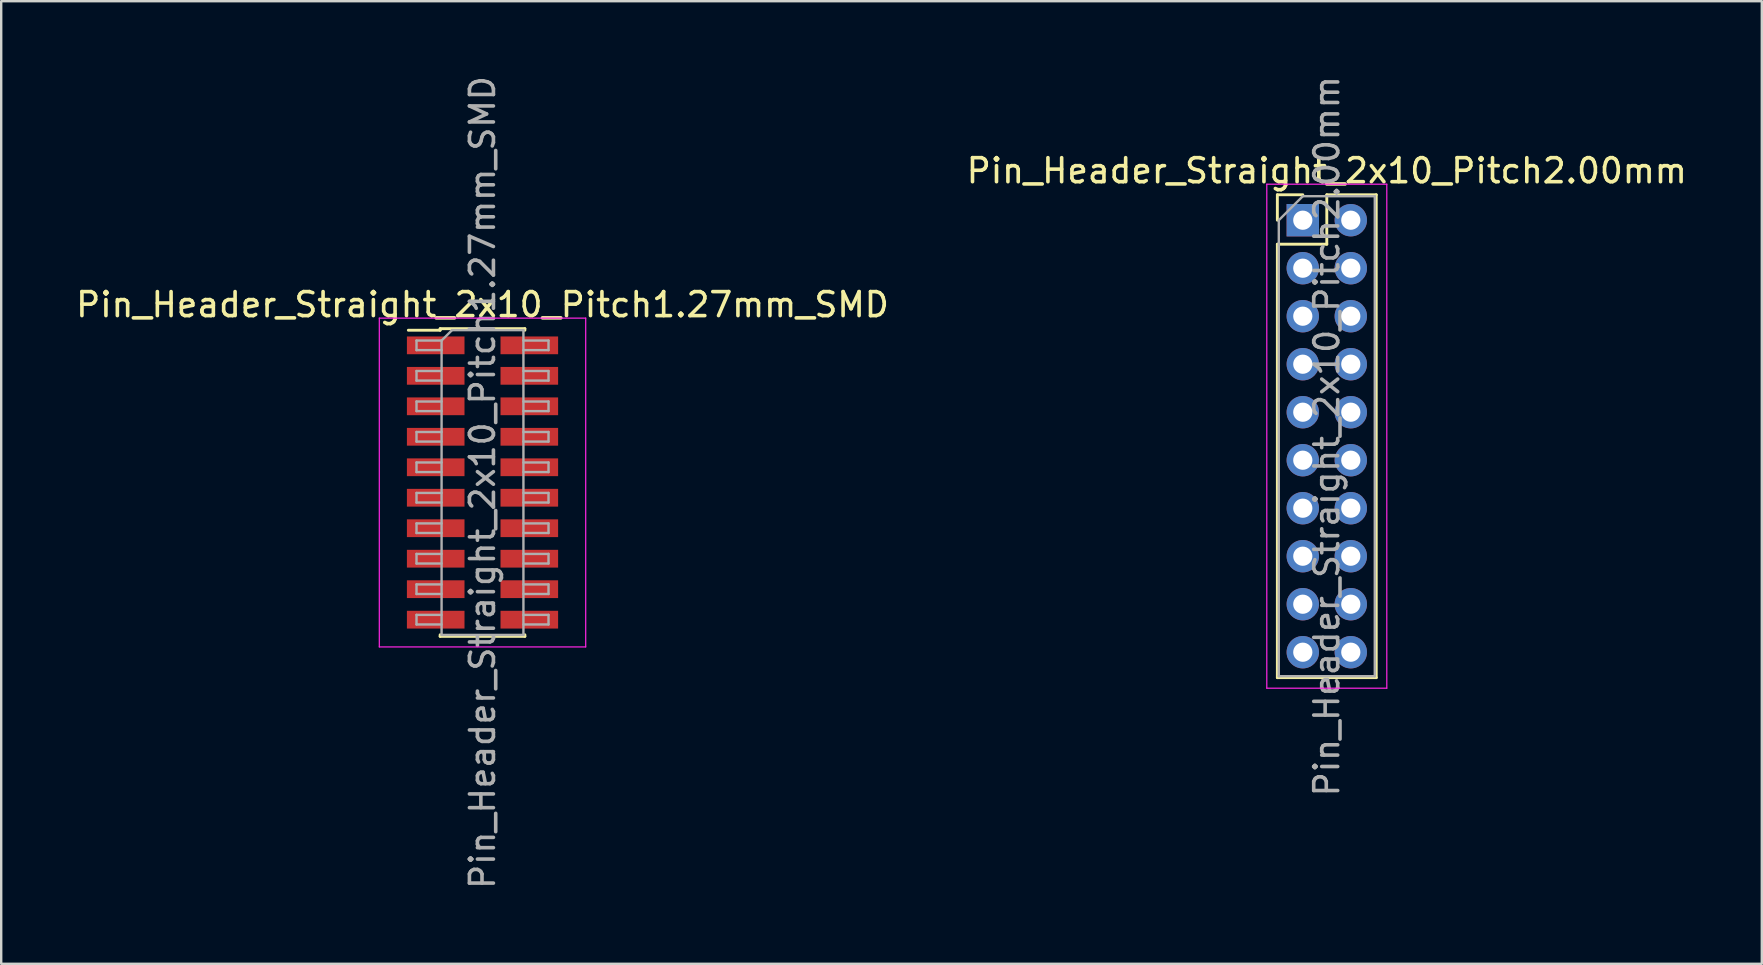
<source format=kicad_pcb>
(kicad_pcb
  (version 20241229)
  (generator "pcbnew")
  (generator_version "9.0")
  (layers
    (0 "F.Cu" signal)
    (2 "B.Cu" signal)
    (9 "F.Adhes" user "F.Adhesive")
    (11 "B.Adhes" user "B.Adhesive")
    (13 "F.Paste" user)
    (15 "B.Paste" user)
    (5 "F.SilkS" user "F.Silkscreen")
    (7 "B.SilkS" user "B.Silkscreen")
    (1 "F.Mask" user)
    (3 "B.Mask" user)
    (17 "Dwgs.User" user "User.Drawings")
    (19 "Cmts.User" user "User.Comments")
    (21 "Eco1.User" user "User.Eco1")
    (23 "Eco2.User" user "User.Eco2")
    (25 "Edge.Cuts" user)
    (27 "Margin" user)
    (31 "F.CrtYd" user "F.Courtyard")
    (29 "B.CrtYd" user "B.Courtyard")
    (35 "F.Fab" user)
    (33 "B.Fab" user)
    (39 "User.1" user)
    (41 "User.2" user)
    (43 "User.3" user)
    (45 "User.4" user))
  (footprint "Pin_Header_Straight_2x10_Pitch2.00mm"
    (layer "F.Cu")
    (at 51.232 6.125)
    (property "Reference" "Pin_Header_Straight_2x10_Pitch2.00mm" (at 1 -2.06 0) (layer "F.SilkS") (effects (font (size 1 1) (thickness 0.15))))
    (attr through_hole)
    (fp_line (start -1.06 -1.06) (end 0 -1.06) (stroke (width 0.12) (type solid)) (layer "F.SilkS"))
    (fp_line (start -1.06 0) (end -1.06 -1.06) (stroke (width 0.12) (type solid)) (layer "F.SilkS"))
    (fp_line (start -1.06 1) (end -1.06 19.06) (stroke (width 0.12) (type solid)) (layer "F.SilkS"))
    (fp_line (start -1.06 1) (end 1 1) (stroke (width 0.12) (type solid)) (layer "F.SilkS"))
    (fp_line (start -1.06 19.06) (end 3.06 19.06) (stroke (width 0.12) (type solid)) (layer "F.SilkS"))
    (fp_line (start 1 -1.06) (end 3.06 -1.06) (stroke (width 0.12) (type solid)) (layer "F.SilkS"))
    (fp_line (start 1 1) (end 1 -1.06) (stroke (width 0.12) (type solid)) (layer "F.SilkS"))
    (fp_line (start 3.06 -1.06) (end 3.06 19.06) (stroke (width 0.12) (type solid)) (layer "F.SilkS"))
    (fp_line (start -1.5 -1.5) (end -1.5 19.5) (stroke (width 0.05) (type solid)) (layer "F.CrtYd"))
    (fp_line (start -1.5 19.5) (end 3.5 19.5) (stroke (width 0.05) (type solid)) (layer "F.CrtYd"))
    (fp_line (start 3.5 -1.5) (end -1.5 -1.5) (stroke (width 0.05) (type solid)) (layer "F.CrtYd"))
    (fp_line (start 3.5 19.5) (end 3.5 -1.5) (stroke (width 0.05) (type solid)) (layer "F.CrtYd"))
    (fp_line (start -1 0) (end 0 -1) (stroke (width 0.1) (type solid)) (layer "F.Fab"))
    (fp_line (start -1 19) (end -1 0) (stroke (width 0.1) (type solid)) (layer "F.Fab"))
    (fp_line (start 0 -1) (end 3 -1) (stroke (width 0.1) (type solid)) (layer "F.Fab"))
    (fp_line (start 3 -1) (end 3 19) (stroke (width 0.1) (type solid)) (layer "F.Fab"))
    (fp_line (start 3 19) (end -1 19) (stroke (width 0.1) (type solid)) (layer "F.Fab"))
    (fp_text user "${REFERENCE}" (at 1 9 90) (layer "F.Fab") (effects (font (size 1 1) (thickness 0.15))))
    (pad "1" thru_hole rect (at 0 0) (size 1.35 1.35) (drill 0.8) (layers "*.Cu" "*.Mask"))
    (pad "2" thru_hole oval (at 2 0) (size 1.35 1.35) (drill 0.8) (layers "*.Cu" "*.Mask"))
    (pad "3" thru_hole oval (at 0 2) (size 1.35 1.35) (drill 0.8) (layers "*.Cu" "*.Mask"))
    (pad "4" thru_hole oval (at 2 2) (size 1.35 1.35) (drill 0.8) (layers "*.Cu" "*.Mask"))
    (pad "5" thru_hole oval (at 0 4) (size 1.35 1.35) (drill 0.8) (layers "*.Cu" "*.Mask"))
    (pad "6" thru_hole oval (at 2 4) (size 1.35 1.35) (drill 0.8) (layers "*.Cu" "*.Mask"))
    (pad "7" thru_hole oval (at 0 6) (size 1.35 1.35) (drill 0.8) (layers "*.Cu" "*.Mask"))
    (pad "8" thru_hole oval (at 2 6) (size 1.35 1.35) (drill 0.8) (layers "*.Cu" "*.Mask"))
    (pad "9" thru_hole oval (at 0 8) (size 1.35 1.35) (drill 0.8) (layers "*.Cu" "*.Mask"))
    (pad "10" thru_hole oval (at 2 8) (size 1.35 1.35) (drill 0.8) (layers "*.Cu" "*.Mask"))
    (pad "11" thru_hole oval (at 0 10) (size 1.35 1.35) (drill 0.8) (layers "*.Cu" "*.Mask"))
    (pad "12" thru_hole oval (at 2 10) (size 1.35 1.35) (drill 0.8) (layers "*.Cu" "*.Mask"))
    (pad "13" thru_hole oval (at 0 12) (size 1.35 1.35) (drill 0.8) (layers "*.Cu" "*.Mask"))
    (pad "14" thru_hole oval (at 2 12) (size 1.35 1.35) (drill 0.8) (layers "*.Cu" "*.Mask"))
    (pad "15" thru_hole oval (at 0 14) (size 1.35 1.35) (drill 0.8) (layers "*.Cu" "*.Mask"))
    (pad "16" thru_hole oval (at 2 14) (size 1.35 1.35) (drill 0.8) (layers "*.Cu" "*.Mask"))
    (pad "17" thru_hole oval (at 0 16) (size 1.35 1.35) (drill 0.8) (layers "*.Cu" "*.Mask"))
    (pad "18" thru_hole oval (at 2 16) (size 1.35 1.35) (drill 0.8) (layers "*.Cu" "*.Mask"))
    (pad "19" thru_hole oval (at 0 18) (size 1.35 1.35) (drill 0.8) (layers "*.Cu" "*.Mask"))
    (pad "20" thru_hole oval (at 2 18) (size 1.35 1.35) (drill 0.8) (layers "*.Cu" "*.Mask")))
  (footprint "Pin_Header_Straight_2x10_Pitch1.27mm_SMD"
    (layer "F.Cu")
    (at 17.054 17.054)
    (property "Reference" "Pin_Header_Straight_2x10_Pitch1.27mm_SMD" (at 0 -7.41 0) (layer "F.SilkS") (effects (font (size 1 1) (thickness 0.15))))
    (attr smd)
    (fp_line (start -3.09 -6.345) (end -1.765 -6.345) (stroke (width 0.12) (type solid)) (layer "F.SilkS"))
    (fp_line (start -1.765 -6.41) (end -1.765 -6.345) (stroke (width 0.12) (type solid)) (layer "F.SilkS"))
    (fp_line (start -1.765 -6.41) (end 1.765 -6.41) (stroke (width 0.12) (type solid)) (layer "F.SilkS"))
    (fp_line (start -1.765 6.345) (end -1.765 6.41) (stroke (width 0.12) (type solid)) (layer "F.SilkS"))
    (fp_line (start -1.765 6.41) (end 1.765 6.41) (stroke (width 0.12) (type solid)) (layer "F.SilkS"))
    (fp_line (start 1.765 -6.41) (end 1.765 -6.345) (stroke (width 0.12) (type solid)) (layer "F.SilkS"))
    (fp_line (start 1.765 6.345) (end 1.765 6.41) (stroke (width 0.12) (type solid)) (layer "F.SilkS"))
    (fp_line (start -4.3 -6.85) (end -4.3 6.85) (stroke (width 0.05) (type solid)) (layer "F.CrtYd"))
    (fp_line (start -4.3 6.85) (end 4.3 6.85) (stroke (width 0.05) (type solid)) (layer "F.CrtYd"))
    (fp_line (start 4.3 -6.85) (end -4.3 -6.85) (stroke (width 0.05) (type solid)) (layer "F.CrtYd"))
    (fp_line (start 4.3 6.85) (end 4.3 -6.85) (stroke (width 0.05) (type solid)) (layer "F.CrtYd"))
    (fp_line (start -2.75 -5.915) (end -2.75 -5.515) (stroke (width 0.1) (type solid)) (layer "F.Fab"))
    (fp_line (start -2.75 -5.515) (end -1.705 -5.515) (stroke (width 0.1) (type solid)) (layer "F.Fab"))
    (fp_line (start -2.75 -4.645) (end -2.75 -4.245) (stroke (width 0.1) (type solid)) (layer "F.Fab"))
    (fp_line (start -2.75 -4.245) (end -1.705 -4.245) (stroke (width 0.1) (type solid)) (layer "F.Fab"))
    (fp_line (start -2.75 -3.375) (end -2.75 -2.975) (stroke (width 0.1) (type solid)) (layer "F.Fab"))
    (fp_line (start -2.75 -2.975) (end -1.705 -2.975) (stroke (width 0.1) (type solid)) (layer "F.Fab"))
    (fp_line (start -2.75 -2.105) (end -2.75 -1.705) (stroke (width 0.1) (type solid)) (layer "F.Fab"))
    (fp_line (start -2.75 -1.705) (end -1.705 -1.705) (stroke (width 0.1) (type solid)) (layer "F.Fab"))
    (fp_line (start -2.75 -0.835) (end -2.75 -0.435) (stroke (width 0.1) (type solid)) (layer "F.Fab"))
    (fp_line (start -2.75 -0.435) (end -1.705 -0.435) (stroke (width 0.1) (type solid)) (layer "F.Fab"))
    (fp_line (start -2.75 0.435) (end -2.75 0.835) (stroke (width 0.1) (type solid)) (layer "F.Fab"))
    (fp_line (start -2.75 0.835) (end -1.705 0.835) (stroke (width 0.1) (type solid)) (layer "F.Fab"))
    (fp_line (start -2.75 1.705) (end -2.75 2.105) (stroke (width 0.1) (type solid)) (layer "F.Fab"))
    (fp_line (start -2.75 2.105) (end -1.705 2.105) (stroke (width 0.1) (type solid)) (layer "F.Fab"))
    (fp_line (start -2.75 2.975) (end -2.75 3.375) (stroke (width 0.1) (type solid)) (layer "F.Fab"))
    (fp_line (start -2.75 3.375) (end -1.705 3.375) (stroke (width 0.1) (type solid)) (layer "F.Fab"))
    (fp_line (start -2.75 4.245) (end -2.75 4.645) (stroke (width 0.1) (type solid)) (layer "F.Fab"))
    (fp_line (start -2.75 4.645) (end -1.705 4.645) (stroke (width 0.1) (type solid)) (layer "F.Fab"))
    (fp_line (start -2.75 5.515) (end -2.75 5.915) (stroke (width 0.1) (type solid)) (layer "F.Fab"))
    (fp_line (start -2.75 5.915) (end -1.705 5.915) (stroke (width 0.1) (type solid)) (layer "F.Fab"))
    (fp_line (start -1.705 -5.915) (end -2.75 -5.915) (stroke (width 0.1) (type solid)) (layer "F.Fab"))
    (fp_line (start -1.705 -5.915) (end -1.27 -6.35) (stroke (width 0.1) (type solid)) (layer "F.Fab"))
    (fp_line (start -1.705 -4.645) (end -2.75 -4.645) (stroke (width 0.1) (type solid)) (layer "F.Fab"))
    (fp_line (start -1.705 -3.375) (end -2.75 -3.375) (stroke (width 0.1) (type solid)) (layer "F.Fab"))
    (fp_line (start -1.705 -2.105) (end -2.75 -2.105) (stroke (width 0.1) (type solid)) (layer "F.Fab"))
    (fp_line (start -1.705 -0.835) (end -2.75 -0.835) (stroke (width 0.1) (type solid)) (layer "F.Fab"))
    (fp_line (start -1.705 0.435) (end -2.75 0.435) (stroke (width 0.1) (type solid)) (layer "F.Fab"))
    (fp_line (start -1.705 1.705) (end -2.75 1.705) (stroke (width 0.1) (type solid)) (layer "F.Fab"))
    (fp_line (start -1.705 2.975) (end -2.75 2.975) (stroke (width 0.1) (type solid)) (layer "F.Fab"))
    (fp_line (start -1.705 4.245) (end -2.75 4.245) (stroke (width 0.1) (type solid)) (layer "F.Fab"))
    (fp_line (start -1.705 5.515) (end -2.75 5.515) (stroke (width 0.1) (type solid)) (layer "F.Fab"))
    (fp_line (start -1.705 6.35) (end -1.705 -5.915) (stroke (width 0.1) (type solid)) (layer "F.Fab"))
    (fp_line (start -1.27 -6.35) (end 1.705 -6.35) (stroke (width 0.1) (type solid)) (layer "F.Fab"))
    (fp_line (start 1.705 -6.35) (end 1.705 6.35) (stroke (width 0.1) (type solid)) (layer "F.Fab"))
    (fp_line (start 1.705 -5.915) (end 2.75 -5.915) (stroke (width 0.1) (type solid)) (layer "F.Fab"))
    (fp_line (start 1.705 -4.645) (end 2.75 -4.645) (stroke (width 0.1) (type solid)) (layer "F.Fab"))
    (fp_line (start 1.705 -3.375) (end 2.75 -3.375) (stroke (width 0.1) (type solid)) (layer "F.Fab"))
    (fp_line (start 1.705 -2.105) (end 2.75 -2.105) (stroke (width 0.1) (type solid)) (layer "F.Fab"))
    (fp_line (start 1.705 -0.835) (end 2.75 -0.835) (stroke (width 0.1) (type solid)) (layer "F.Fab"))
    (fp_line (start 1.705 0.435) (end 2.75 0.435) (stroke (width 0.1) (type solid)) (layer "F.Fab"))
    (fp_line (start 1.705 1.705) (end 2.75 1.705) (stroke (width 0.1) (type solid)) (layer "F.Fab"))
    (fp_line (start 1.705 2.975) (end 2.75 2.975) (stroke (width 0.1) (type solid)) (layer "F.Fab"))
    (fp_line (start 1.705 4.245) (end 2.75 4.245) (stroke (width 0.1) (type solid)) (layer "F.Fab"))
    (fp_line (start 1.705 5.515) (end 2.75 5.515) (stroke (width 0.1) (type solid)) (layer "F.Fab"))
    (fp_line (start 1.705 6.35) (end -1.705 6.35) (stroke (width 0.1) (type solid)) (layer "F.Fab"))
    (fp_line (start 2.75 -5.915) (end 2.75 -5.515) (stroke (width 0.1) (type solid)) (layer "F.Fab"))
    (fp_line (start 2.75 -5.515) (end 1.705 -5.515) (stroke (width 0.1) (type solid)) (layer "F.Fab"))
    (fp_line (start 2.75 -4.645) (end 2.75 -4.245) (stroke (width 0.1) (type solid)) (layer "F.Fab"))
    (fp_line (start 2.75 -4.245) (end 1.705 -4.245) (stroke (width 0.1) (type solid)) (layer "F.Fab"))
    (fp_line (start 2.75 -3.375) (end 2.75 -2.975) (stroke (width 0.1) (type solid)) (layer "F.Fab"))
    (fp_line (start 2.75 -2.975) (end 1.705 -2.975) (stroke (width 0.1) (type solid)) (layer "F.Fab"))
    (fp_line (start 2.75 -2.105) (end 2.75 -1.705) (stroke (width 0.1) (type solid)) (layer "F.Fab"))
    (fp_line (start 2.75 -1.705) (end 1.705 -1.705) (stroke (width 0.1) (type solid)) (layer "F.Fab"))
    (fp_line (start 2.75 -0.835) (end 2.75 -0.435) (stroke (width 0.1) (type solid)) (layer "F.Fab"))
    (fp_line (start 2.75 -0.435) (end 1.705 -0.435) (stroke (width 0.1) (type solid)) (layer "F.Fab"))
    (fp_line (start 2.75 0.435) (end 2.75 0.835) (stroke (width 0.1) (type solid)) (layer "F.Fab"))
    (fp_line (start 2.75 0.835) (end 1.705 0.835) (stroke (width 0.1) (type solid)) (layer "F.Fab"))
    (fp_line (start 2.75 1.705) (end 2.75 2.105) (stroke (width 0.1) (type solid)) (layer "F.Fab"))
    (fp_line (start 2.75 2.105) (end 1.705 2.105) (stroke (width 0.1) (type solid)) (layer "F.Fab"))
    (fp_line (start 2.75 2.975) (end 2.75 3.375) (stroke (width 0.1) (type solid)) (layer "F.Fab"))
    (fp_line (start 2.75 3.375) (end 1.705 3.375) (stroke (width 0.1) (type solid)) (layer "F.Fab"))
    (fp_line (start 2.75 4.245) (end 2.75 4.645) (stroke (width 0.1) (type solid)) (layer "F.Fab"))
    (fp_line (start 2.75 4.645) (end 1.705 4.645) (stroke (width 0.1) (type solid)) (layer "F.Fab"))
    (fp_line (start 2.75 5.515) (end 2.75 5.915) (stroke (width 0.1) (type solid)) (layer "F.Fab"))
    (fp_line (start 2.75 5.915) (end 1.705 5.915) (stroke (width 0.1) (type solid)) (layer "F.Fab"))
    (fp_text user "${REFERENCE}" (at 0 0 90) (layer "F.Fab") (effects (font (size 1 1) (thickness 0.15))))
    (pad "1" smd rect (at -1.95 -5.715) (size 2.4 0.74) (layers "F.Cu" "F.Mask" "F.Paste"))
    (pad "2" smd rect (at 1.95 -5.715) (size 2.4 0.74) (layers "F.Cu" "F.Mask" "F.Paste"))
    (pad "3" smd rect (at -1.95 -4.445) (size 2.4 0.74) (layers "F.Cu" "F.Mask" "F.Paste"))
    (pad "4" smd rect (at 1.95 -4.445) (size 2.4 0.74) (layers "F.Cu" "F.Mask" "F.Paste"))
    (pad "5" smd rect (at -1.95 -3.175) (size 2.4 0.74) (layers "F.Cu" "F.Mask" "F.Paste"))
    (pad "6" smd rect (at 1.95 -3.175) (size 2.4 0.74) (layers "F.Cu" "F.Mask" "F.Paste"))
    (pad "7" smd rect (at -1.95 -1.905) (size 2.4 0.74) (layers "F.Cu" "F.Mask" "F.Paste"))
    (pad "8" smd rect (at 1.95 -1.905) (size 2.4 0.74) (layers "F.Cu" "F.Mask" "F.Paste"))
    (pad "9" smd rect (at -1.95 -0.635) (size 2.4 0.74) (layers "F.Cu" "F.Mask" "F.Paste"))
    (pad "10" smd rect (at 1.95 -0.635) (size 2.4 0.74) (layers "F.Cu" "F.Mask" "F.Paste"))
    (pad "11" smd rect (at -1.95 0.635) (size 2.4 0.74) (layers "F.Cu" "F.Mask" "F.Paste"))
    (pad "12" smd rect (at 1.95 0.635) (size 2.4 0.74) (layers "F.Cu" "F.Mask" "F.Paste"))
    (pad "13" smd rect (at -1.95 1.905) (size 2.4 0.74) (layers "F.Cu" "F.Mask" "F.Paste"))
    (pad "14" smd rect (at 1.95 1.905) (size 2.4 0.74) (layers "F.Cu" "F.Mask" "F.Paste"))
    (pad "15" smd rect (at -1.95 3.175) (size 2.4 0.74) (layers "F.Cu" "F.Mask" "F.Paste"))
    (pad "16" smd rect (at 1.95 3.175) (size 2.4 0.74) (layers "F.Cu" "F.Mask" "F.Paste"))
    (pad "17" smd rect (at -1.95 4.445) (size 2.4 0.74) (layers "F.Cu" "F.Mask" "F.Paste"))
    (pad "18" smd rect (at 1.95 4.445) (size 2.4 0.74) (layers "F.Cu" "F.Mask" "F.Paste"))
    (pad "19" smd rect (at -1.95 5.715) (size 2.4 0.74) (layers "F.Cu" "F.Mask" "F.Paste"))
    (pad "20" smd rect (at 1.95 5.715) (size 2.4 0.74) (layers "F.Cu" "F.Mask" "F.Paste")))
  (gr_rect
    (start -3 -3)
    (end 70.357 37.107)
    (stroke (width 0.1) (type default))
    (fill no)
    (layer "Edge.Cuts")))
</source>
